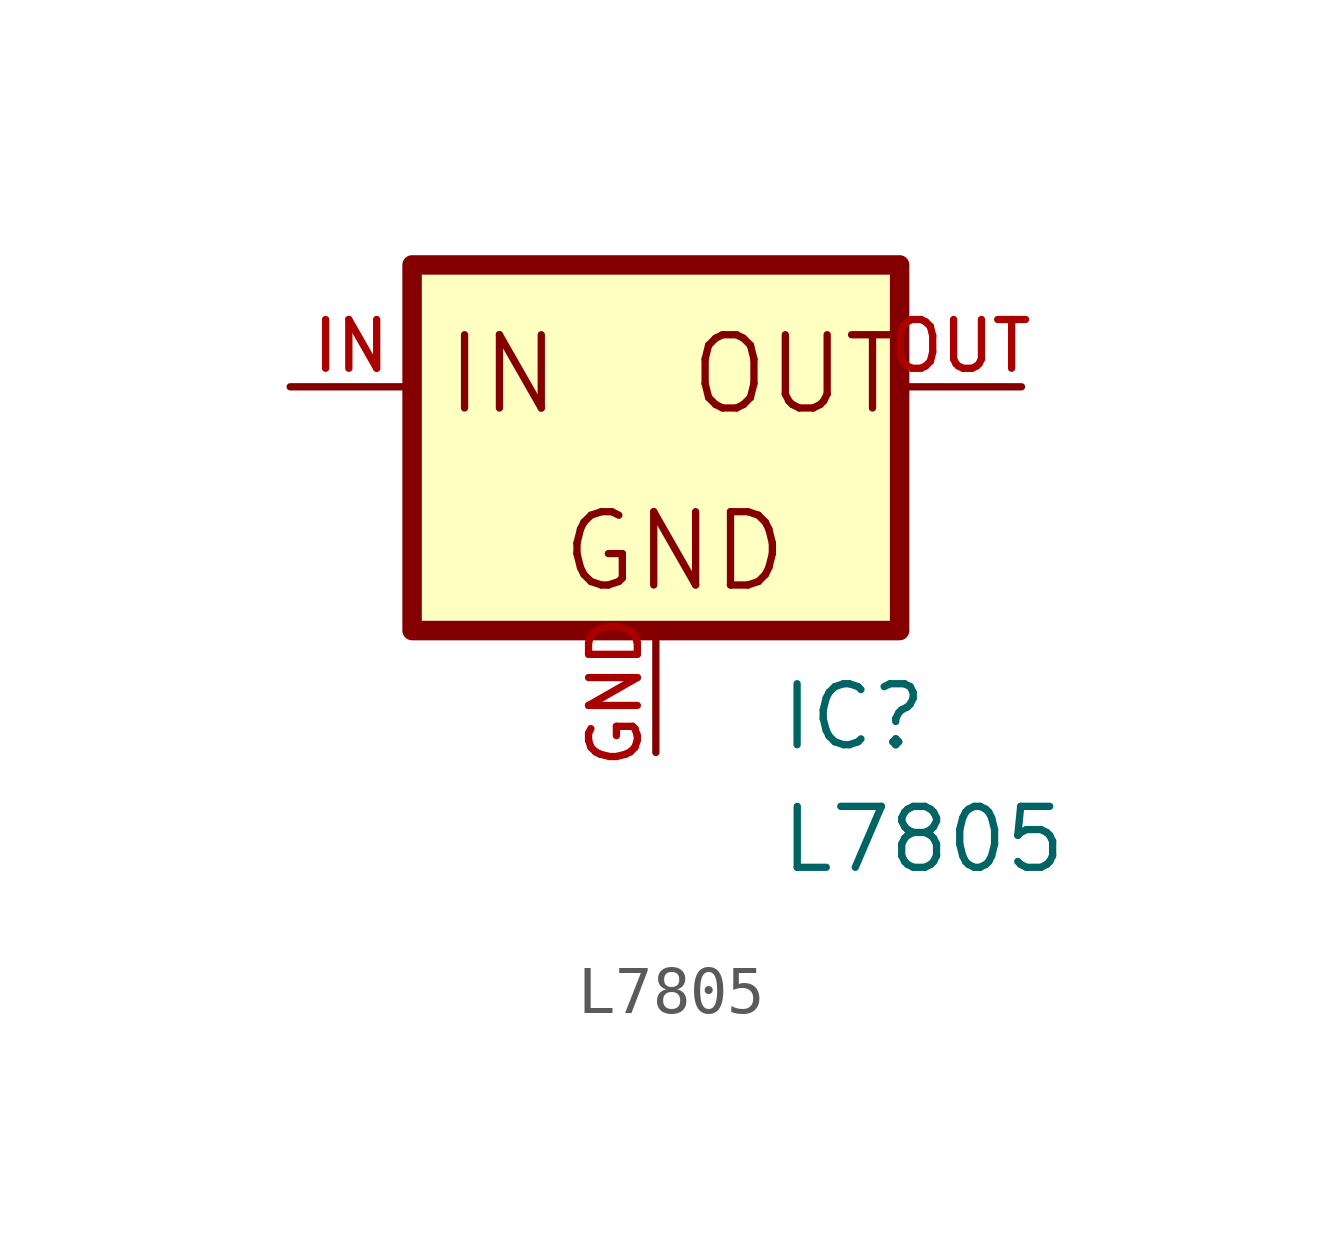
<source format=kicad_sym>
(kicad_symbol_lib
  (version 20211014)
  (generator kicad_symbol_editor)
  (symbol "L7805"
    (pin_names
      (offset 1.016))
    (property "Reference" "IC"
      (at 2.541 -7.622 0)
      (effects (font (size 1.27 1.27)) (justify bottom left)))
    (property "Value" "L7805"
      (at 2.544 -10.177 0)
      (effects (font (size 1.27 1.27)) (justify bottom left)))
    (symbol "L7805_0_0"
      (text "GND" (at -2.035 -4.325 0) (effects (font (size 1.527 1.527)) (justify bottom left)))
      (text "IN" (at -4.45 -0.636 0) (effects (font (size 1.526 1.526)) (justify bottom left)))
      (text "OUT" (at 0.636 -0.636 0) (effects (font (size 1.526 1.526)) (justify bottom left)))
      (rectangle (start -5.08 -5.08) (end 5.08 2.54) (stroke (width 0.406)) (fill (type background)))
      (pin input line (at -7.62 0.0 0) (length 2.54) (name "~" (effects (font (size 1.016 1.016)))) (number "IN" (effects (font (size 1.016 1.016)))))
      (pin input line (at 0.0 -7.62 90.0) (length 2.54) (name "~" (effects (font (size 1.016 1.016)))) (number "GND" (effects (font (size 1.016 1.016)))))
      (pin passive line (at 7.62 0.0 180.0) (length 2.54) (name "~" (effects (font (size 1.016 1.016)))) (number "OUT" (effects (font (size 1.016 1.016))))))))
</source>
